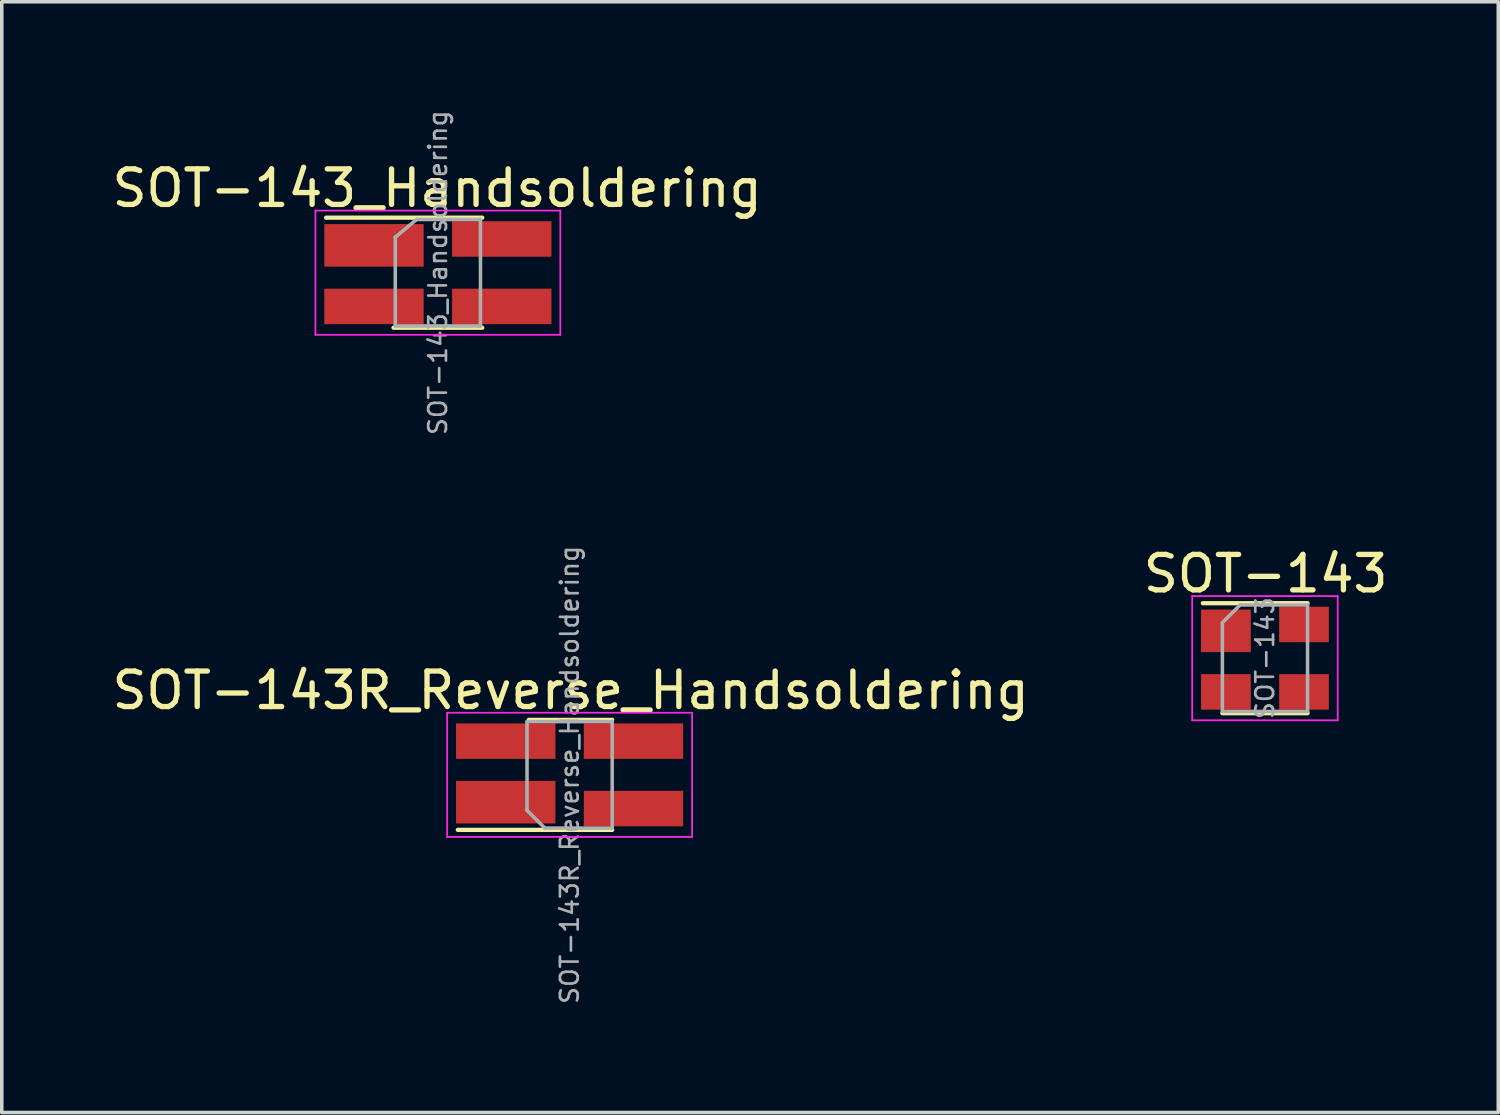
<source format=kicad_pcb>
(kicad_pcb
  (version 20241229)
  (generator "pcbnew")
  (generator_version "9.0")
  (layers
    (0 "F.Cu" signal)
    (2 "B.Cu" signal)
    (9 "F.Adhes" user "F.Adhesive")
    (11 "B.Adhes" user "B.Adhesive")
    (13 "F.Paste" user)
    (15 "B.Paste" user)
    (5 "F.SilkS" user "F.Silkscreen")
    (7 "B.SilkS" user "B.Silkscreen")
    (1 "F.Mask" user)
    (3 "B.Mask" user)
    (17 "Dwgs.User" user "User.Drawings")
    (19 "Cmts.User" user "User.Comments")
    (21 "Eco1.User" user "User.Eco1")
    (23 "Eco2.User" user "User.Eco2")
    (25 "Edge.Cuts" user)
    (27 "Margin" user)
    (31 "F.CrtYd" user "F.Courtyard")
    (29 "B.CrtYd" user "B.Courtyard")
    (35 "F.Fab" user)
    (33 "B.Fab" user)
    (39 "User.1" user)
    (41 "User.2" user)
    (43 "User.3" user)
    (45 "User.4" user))
  (footprint "SOT-143_Handsoldering"
    (layer "F.Cu")
    (at 9.288 4.634)
    (property "Reference" "SOT-143_Handsoldering" (at -0.02 -2.38 0) (layer "F.SilkS") (effects (font (size 1 1) (thickness 0.15))))
    (attr smd)
    (fp_line (start 1.25 -1.55) (end -3.15 -1.55) (stroke (width 0.12) (type solid)) (layer "F.SilkS"))
    (fp_line (start 1.25 1.55) (end -1.25 1.55) (stroke (width 0.12) (type solid)) (layer "F.SilkS"))
    (fp_line (start -3.45 1.75) (end -3.45 -1.75) (stroke (width 0.05) (type solid)) (layer "F.CrtYd"))
    (fp_line (start -3.45 1.75) (end 3.45 1.75) (stroke (width 0.05) (type solid)) (layer "F.CrtYd"))
    (fp_line (start 3.45 -1.75) (end -3.45 -1.75) (stroke (width 0.05) (type solid)) (layer "F.CrtYd"))
    (fp_line (start 3.45 -1.75) (end 3.45 1.75) (stroke (width 0.05) (type solid)) (layer "F.CrtYd"))
    (fp_line (start -1.2 1.5) (end -1.2 -1) (stroke (width 0.1) (type solid)) (layer "F.Fab"))
    (fp_line (start -0.6 -1.5) (end -1.2 -1) (stroke (width 0.1) (type solid)) (layer "F.Fab"))
    (fp_line (start -0.6 -1.5) (end 1.2 -1.5) (stroke (width 0.1) (type solid)) (layer "F.Fab"))
    (fp_line (start 1.2 -1.5) (end 1.2 1.5) (stroke (width 0.1) (type solid)) (layer "F.Fab"))
    (fp_line (start 1.2 1.5) (end -1.2 1.5) (stroke (width 0.1) (type solid)) (layer "F.Fab"))
    (fp_text user "${REFERENCE}" (at 0 0 90) (layer "F.Fab") (effects (font (size 0.5 0.5) (thickness 0.075))))
    (pad "1" smd rect (at -1.8 -0.77 270) (size 1.2 2.8) (layers "F.Cu" "F.Mask" "F.Paste"))
    (pad "2" smd rect (at -1.8 0.95 270) (size 1 2.8) (layers "F.Cu" "F.Mask" "F.Paste"))
    (pad "3" smd rect (at 1.8 0.95 270) (size 1 2.8) (layers "F.Cu" "F.Mask" "F.Paste"))
    (pad "4" smd trapezoid (at 1.8 -0.95 270) (size 1 2.8) (layers "F.Cu" "F.Mask" "F.Paste")))
  (footprint "SOT-143R_Reverse_Handsoldering"
    (layer "F.Cu")
    (at 13 18.783)
    (property "Reference" "SOT-143R_Reverse_Handsoldering" (at 0.03 -2.38 0) (layer "F.SilkS") (effects (font (size 1 1) (thickness 0.15))))
    (attr smd)
    (fp_line (start 1.2 -1.55) (end -1.15 -1.55) (stroke (width 0.12) (type solid)) (layer "F.SilkS"))
    (fp_line (start 1.2 1.55) (end -3.15 1.55) (stroke (width 0.12) (type solid)) (layer "F.SilkS"))
    (fp_line (start -3.45 1.75) (end -3.45 -1.75) (stroke (width 0.05) (type solid)) (layer "F.CrtYd"))
    (fp_line (start -3.45 1.75) (end 3.45 1.75) (stroke (width 0.05) (type solid)) (layer "F.CrtYd"))
    (fp_line (start 3.45 -1.75) (end -3.45 -1.75) (stroke (width 0.05) (type solid)) (layer "F.CrtYd"))
    (fp_line (start 3.45 -1.75) (end 3.45 1.75) (stroke (width 0.05) (type solid)) (layer "F.CrtYd"))
    (fp_line (start -1.2 -1.5) (end 1.2 -1.5) (stroke (width 0.1) (type solid)) (layer "F.Fab"))
    (fp_line (start -1.2 1) (end -1.2 -1.5) (stroke (width 0.1) (type solid)) (layer "F.Fab"))
    (fp_line (start -0.7 1.5) (end -1.2 1) (stroke (width 0.1) (type solid)) (layer "F.Fab"))
    (fp_line (start 1.2 -1.5) (end 1.2 1.5) (stroke (width 0.1) (type solid)) (layer "F.Fab"))
    (fp_line (start 1.2 1.5) (end -0.7 1.5) (stroke (width 0.1) (type solid)) (layer "F.Fab"))
    (fp_text user "${REFERENCE}" (at 0 0 90) (layer "F.Fab") (effects (font (size 0.5 0.5) (thickness 0.075))))
    (pad "1" smd rect (at -1.8 0.77 270) (size 1.2 2.8) (layers "F.Cu" "F.Mask" "F.Paste"))
    (pad "2" smd rect (at -1.8 -0.95 270) (size 1 2.8) (layers "F.Cu" "F.Mask" "F.Paste"))
    (pad "3" smd trapezoid (at 1.8 -0.95 270) (size 1 2.8) (layers "F.Cu" "F.Mask" "F.Paste"))
    (pad "4" smd rect (at 1.8 0.95 270) (size 1 2.8) (layers "F.Cu" "F.Mask" "F.Paste")))
  (footprint "SOT-143"
    (layer "F.Cu")
    (at 32.593 15.496)
    (property "Reference" "SOT-143" (at 0.02 -2.38 0) (layer "F.SilkS") (effects (font (size 1 1) (thickness 0.15))))
    (attr smd)
    (fp_line (start -1.2 1.55) (end 1.2 1.55) (stroke (width 0.12) (type solid)) (layer "F.SilkS"))
    (fp_line (start 1.2 -1.55) (end -1.75 -1.55) (stroke (width 0.12) (type solid)) (layer "F.SilkS"))
    (fp_line (start -2.05 1.75) (end -2.05 -1.75) (stroke (width 0.05) (type solid)) (layer "F.CrtYd"))
    (fp_line (start -2.05 1.75) (end 2.05 1.75) (stroke (width 0.05) (type solid)) (layer "F.CrtYd"))
    (fp_line (start 2.05 -1.75) (end -2.05 -1.75) (stroke (width 0.05) (type solid)) (layer "F.CrtYd"))
    (fp_line (start 2.05 -1.75) (end 2.05 1.75) (stroke (width 0.05) (type solid)) (layer "F.CrtYd"))
    (fp_line (start -1.2 -1) (end -0.7 -1.5) (stroke (width 0.1) (type solid)) (layer "F.Fab"))
    (fp_line (start -1.2 1.5) (end -1.2 -1) (stroke (width 0.1) (type solid)) (layer "F.Fab"))
    (fp_line (start -0.7 -1.5) (end 1.2 -1.5) (stroke (width 0.1) (type solid)) (layer "F.Fab"))
    (fp_line (start 1.2 -1.5) (end 1.2 1.5) (stroke (width 0.1) (type solid)) (layer "F.Fab"))
    (fp_line (start 1.2 1.5) (end -1.2 1.5) (stroke (width 0.1) (type solid)) (layer "F.Fab"))
    (fp_text user "${REFERENCE}" (at 0 0 90) (layer "F.Fab") (effects (font (size 0.5 0.5) (thickness 0.075))))
    (pad "1" smd rect (at -1.1 -0.77 270) (size 1.2 1.4) (layers "F.Cu" "F.Mask" "F.Paste"))
    (pad "2" smd rect (at -1.1 0.95 270) (size 1 1.4) (layers "F.Cu" "F.Mask" "F.Paste"))
    (pad "3" smd rect (at 1.1 0.95 270) (size 1 1.4) (layers "F.Cu" "F.Mask" "F.Paste"))
    (pad "4" smd rect (at 1.1 -0.95 270) (size 1 1.4) (layers "F.Cu" "F.Mask" "F.Paste")))
  (gr_rect
    (start -3 -3)
    (end 39.167 28.298)
    (stroke (width 0.1) (type default))
    (fill no)
    (layer "Edge.Cuts")))
</source>
